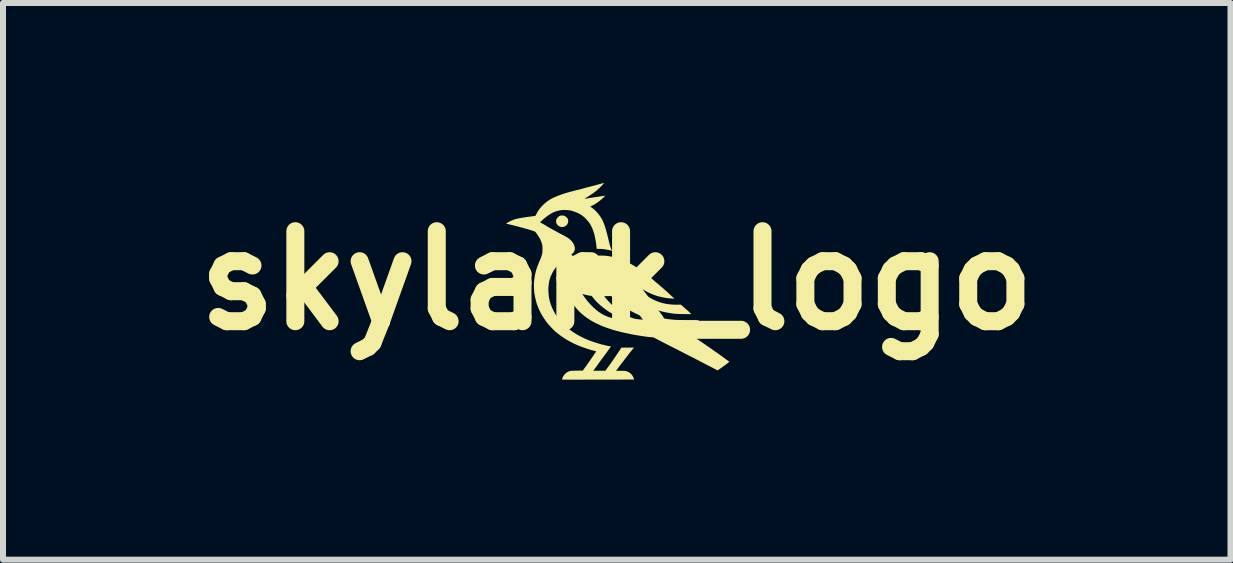
<source format=kicad_pcb>
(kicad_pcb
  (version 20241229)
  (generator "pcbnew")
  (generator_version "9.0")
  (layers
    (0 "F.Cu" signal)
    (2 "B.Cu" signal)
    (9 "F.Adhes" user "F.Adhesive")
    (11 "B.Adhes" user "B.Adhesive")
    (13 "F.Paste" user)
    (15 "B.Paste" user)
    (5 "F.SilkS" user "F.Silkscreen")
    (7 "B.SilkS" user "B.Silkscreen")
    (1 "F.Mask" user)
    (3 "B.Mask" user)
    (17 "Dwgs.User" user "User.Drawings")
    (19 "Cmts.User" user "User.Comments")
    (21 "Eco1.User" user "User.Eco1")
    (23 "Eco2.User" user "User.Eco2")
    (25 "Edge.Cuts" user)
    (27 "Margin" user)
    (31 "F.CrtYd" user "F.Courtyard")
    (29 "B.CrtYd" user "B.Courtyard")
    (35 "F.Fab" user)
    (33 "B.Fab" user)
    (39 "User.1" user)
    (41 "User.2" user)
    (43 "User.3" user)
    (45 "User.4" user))
  (footprint "skylark_logo"
    (layer "F.Cu")
    (at 7.229 1.625)
    (property "Reference" "skylark_logo" (at 0 0 0) (layer "F.SilkS") (effects (font (size 1.5 1.5) (thickness 0.3))))
    (attr board_only exclude_from_pos_files exclude_from_bom)
    (fp_poly (pts (xy -0.894 -1.083) (xy -0.873 -1.078) (xy -0.869 -1.076) (xy -0.857 -1.069) (xy -0.844 -1.059) (xy -0.832 -1.049) (xy -0.823 -1.039) (xy -0.82 -1.034) (xy -0.812 -1.013) (xy -0.809 -0.992) (xy -0.811 -0.971) (xy -0.818 -0.95) (xy -0.829 -0.932) (xy -0.842 -0.918) (xy -0.862 -0.904) (xy -0.883 -0.895) (xy -0.905 -0.891) (xy -0.925 -0.892) (xy -0.946 -0.897) (xy -0.965 -0.907) (xy -0.983 -0.921) (xy -0.997 -0.94) (xy -1.001 -0.946) (xy -1.007 -0.956) (xy -1.01 -0.964) (xy -1.011 -0.972) (xy -1.011 -0.982) (xy -1.011 -0.987) (xy -1.011 -0.999) (xy -1.01 -1.008) (xy -1.007 -1.017) (xy -1.003 -1.025) (xy -0.996 -1.036) (xy -0.987 -1.048) (xy -0.976 -1.059) (xy -0.966 -1.068) (xy -0.959 -1.073) (xy -0.939 -1.081) (xy -0.917 -1.084)) (stroke (width 0) (type solid)) (fill yes) (layer "F.SilkS"))
    (fp_poly (pts (xy -0.244 -0.415) (xy -0.211 -0.414) (xy -0.179 -0.412) (xy -0.149 -0.408) (xy -0.123 -0.404) (xy -0.123 -0.404) (xy -0.11 -0.402) (xy -0.095 -0.399) (xy -0.081 -0.396) (xy -0.066 -0.393) (xy -0.046 -0.388) (xy -0.025 -0.382) (xy -0.002 -0.375) (xy 0.022 -0.368) (xy 0.044 -0.361) (xy 0.063 -0.355) (xy 0.079 -0.349) (xy 0.084 -0.346) (xy 0.091 -0.343) (xy 0.101 -0.339) (xy 0.108 -0.336) (xy 0.117 -0.332) (xy 0.123 -0.329) (xy 0.126 -0.328) (xy 0.129 -0.327) (xy 0.137 -0.324) (xy 0.148 -0.319) (xy 0.162 -0.312) (xy 0.179 -0.304) (xy 0.19 -0.299) (xy 0.234 -0.276) (xy 0.281 -0.25) (xy 0.329 -0.22) (xy 0.379 -0.187) (xy 0.429 -0.152) (xy 0.479 -0.115) (xy 0.529 -0.076) (xy 0.577 -0.037) (xy 0.623 0.003) (xy 0.629 0.009) (xy 0.64 0.019) (xy 0.652 0.029) (xy 0.663 0.037) (xy 0.664 0.038) (xy 0.673 0.045) (xy 0.685 0.055) (xy 0.697 0.065) (xy 0.704 0.072) (xy 0.714 0.08) (xy 0.727 0.092) (xy 0.741 0.105) (xy 0.757 0.118) (xy 0.769 0.128) (xy 0.785 0.142) (xy 0.803 0.158) (xy 0.821 0.174) (xy 0.837 0.189) (xy 0.846 0.197) (xy 0.872 0.221) (xy 0.894 0.241) (xy 0.912 0.258) (xy 0.927 0.271) (xy 0.939 0.281) (xy 0.947 0.288) (xy 0.954 0.294) (xy 0.959 0.299) (xy 0.961 0.301) (xy 0.958 0.301) (xy 0.951 0.301) (xy 0.94 0.301) (xy 0.926 0.3) (xy 0.911 0.299) (xy 0.894 0.298) (xy 0.878 0.297) (xy 0.862 0.296) (xy 0.849 0.294) (xy 0.838 0.293) (xy 0.834 0.293) (xy 0.817 0.29) (xy 0.796 0.286) (xy 0.774 0.282) (xy 0.751 0.277) (xy 0.728 0.272) (xy 0.707 0.267) (xy 0.689 0.262) (xy 0.68 0.26) (xy 0.657 0.253) (xy 0.631 0.243) (xy 0.603 0.233) (xy 0.574 0.221) (xy 0.547 0.209) (xy 0.522 0.197) (xy 0.509 0.19) (xy 0.49 0.18) (xy 0.473 0.171) (xy 0.46 0.163) (xy 0.45 0.156) (xy 0.445 0.152) (xy 0.445 0.152) (xy 0.443 0.15) (xy 0.44 0.15) (xy 0.435 0.152) (xy 0.427 0.156) (xy 0.418 0.16) (xy 0.408 0.166) (xy 0.4 0.17) (xy 0.396 0.173) (xy 0.395 0.174) (xy 0.397 0.176) (xy 0.403 0.181) (xy 0.412 0.189) (xy 0.424 0.198) (xy 0.438 0.208) (xy 0.453 0.219) (xy 0.468 0.231) (xy 0.484 0.242) (xy 0.499 0.253) (xy 0.513 0.262) (xy 0.525 0.27) (xy 0.532 0.275) (xy 0.58 0.303) (xy 0.631 0.329) (xy 0.682 0.35) (xy 0.734 0.368) (xy 0.786 0.381) (xy 0.819 0.388) (xy 0.831 0.39) (xy 0.843 0.392) (xy 0.851 0.393) (xy 0.854 0.393) (xy 0.872 0.396) (xy 0.895 0.398) (xy 0.92 0.4) (xy 0.947 0.402) (xy 0.974 0.402) (xy 1.001 0.403) (xy 1.008 0.403) (xy 1.068 0.402) (xy 1.098 0.428) (xy 1.111 0.44) (xy 1.126 0.453) (xy 1.14 0.465) (xy 1.151 0.475) (xy 1.163 0.485) (xy 1.176 0.497) (xy 1.188 0.508) (xy 1.194 0.513) (xy 1.204 0.523) (xy 1.213 0.532) (xy 1.221 0.54) (xy 1.224 0.542) (xy 1.23 0.547) (xy 1.235 0.551) (xy 1.237 0.552) (xy 1.239 0.554) (xy 1.24 0.556) (xy 1.24 0.557) (xy 1.239 0.558) (xy 1.235 0.559) (xy 1.23 0.559) (xy 1.221 0.56) (xy 1.209 0.56) (xy 1.194 0.56) (xy 1.174 0.56) (xy 1.149 0.559) (xy 1.131 0.559) (xy 1.094 0.559) (xy 1.061 0.558) (xy 1.033 0.557) (xy 1.008 0.556) (xy 0.985 0.555) (xy 0.965 0.553) (xy 0.945 0.551) (xy 0.926 0.549) (xy 0.908 0.547) (xy 0.876 0.541) (xy 0.842 0.535) (xy 0.809 0.529) (xy 0.778 0.522) (xy 0.749 0.515) (xy 0.723 0.508) (xy 0.707 0.504) (xy 0.693 0.499) (xy 0.678 0.494) (xy 0.663 0.489) (xy 0.648 0.484) (xy 0.635 0.479) (xy 0.625 0.476) (xy 0.62 0.473) (xy 0.612 0.47) (xy 0.602 0.466) (xy 0.597 0.464) (xy 0.558 0.448) (xy 0.518 0.428) (xy 0.477 0.407) (xy 0.439 0.386) (xy 0.425 0.377) (xy 0.403 0.363) (xy 0.38 0.347) (xy 0.356 0.33) (xy 0.333 0.313) (xy 0.31 0.296) (xy 0.289 0.28) (xy 0.27 0.264) (xy 0.254 0.251) (xy 0.242 0.239) (xy 0.237 0.234) (xy 0.23 0.226) (xy 0.207 0.23) (xy 0.194 0.232) (xy 0.179 0.234) (xy 0.162 0.236) (xy 0.149 0.238) (xy 0.136 0.239) (xy 0.125 0.24) (xy 0.117 0.241) (xy 0.114 0.242) (xy 0.114 0.242) (xy 0.115 0.244) (xy 0.12 0.249) (xy 0.127 0.257) (xy 0.137 0.266) (xy 0.148 0.276) (xy 0.159 0.287) (xy 0.17 0.298) (xy 0.181 0.308) (xy 0.182 0.309) (xy 0.21 0.333) (xy 0.237 0.356) (xy 0.262 0.377) (xy 0.285 0.395) (xy 0.291 0.4) (xy 0.337 0.432) (xy 0.38 0.461) (xy 0.421 0.487) (xy 0.461 0.511) (xy 0.502 0.532) (xy 0.543 0.551) (xy 0.585 0.569) (xy 0.587 0.57) (xy 0.619 0.583) (xy 0.649 0.594) (xy 0.677 0.603) (xy 0.704 0.612) (xy 0.733 0.619) (xy 0.76 0.625) (xy 0.772 0.628) (xy 0.786 0.631) (xy 0.796 0.633) (xy 0.817 0.637) (xy 0.84 0.641) (xy 0.866 0.645) (xy 0.896 0.648) (xy 0.93 0.652) (xy 0.943 0.653) (xy 0.955 0.654) (xy 0.966 0.655) (xy 0.979 0.656) (xy 0.992 0.657) (xy 1.007 0.657) (xy 1.023 0.657) (xy 1.043 0.658) (xy 1.065 0.658) (xy 1.092 0.658) (xy 1.122 0.658) (xy 1.158 0.659) (xy 1.171 0.659) (xy 1.208 0.659) (xy 1.239 0.659) (xy 1.265 0.659) (xy 1.287 0.659) (xy 1.305 0.659) (xy 1.32 0.66) (xy 1.332 0.66) (xy 1.341 0.66) (xy 1.347 0.661) (xy 1.352 0.661) (xy 1.355 0.662) (xy 1.358 0.663) (xy 1.359 0.664) (xy 1.36 0.664) (xy 1.364 0.668) (xy 1.372 0.675) (xy 1.384 0.685) (xy 1.398 0.697) (xy 1.414 0.712) (xy 1.433 0.728) (xy 1.453 0.746) (xy 1.47 0.761) (xy 1.483 0.772) (xy 1.496 0.784) (xy 1.508 0.795) (xy 1.517 0.803) (xy 1.518 0.804) (xy 1.527 0.813) (xy 1.539 0.824) (xy 1.552 0.835) (xy 1.564 0.846) (xy 1.575 0.855) (xy 1.583 0.863) (xy 1.59 0.869) (xy 1.593 0.873) (xy 1.593 0.873) (xy 1.59 0.873) (xy 1.582 0.874) (xy 1.57 0.874) (xy 1.553 0.874) (xy 1.533 0.874) (xy 1.509 0.875) (xy 1.482 0.875) (xy 1.453 0.875) (xy 1.422 0.875) (xy 1.393 0.875) (xy 1.354 0.875) (xy 1.32 0.875) (xy 1.289 0.875) (xy 1.261 0.876) (xy 1.238 0.876) (xy 1.22 0.876) (xy 1.206 0.877) (xy 1.196 0.877) (xy 1.193 0.877) (xy 1.192 0.878) (xy 1.195 0.88) (xy 1.199 0.882) (xy 1.204 0.885) (xy 1.212 0.889) (xy 1.221 0.896) (xy 1.223 0.897) (xy 1.229 0.902) (xy 1.24 0.909) (xy 1.253 0.918) (xy 1.27 0.929) (xy 1.288 0.942) (xy 1.307 0.955) (xy 1.325 0.967) (xy 1.347 0.981) (xy 1.369 0.996) (xy 1.391 1.011) (xy 1.411 1.025) (xy 1.43 1.038) (xy 1.445 1.048) (xy 1.453 1.053) (xy 1.47 1.065) (xy 1.49 1.079) (xy 1.511 1.093) (xy 1.531 1.107) (xy 1.542 1.115) (xy 1.558 1.125) (xy 1.572 1.136) (xy 1.586 1.145) (xy 1.597 1.153) (xy 1.604 1.158) (xy 1.604 1.158) (xy 1.612 1.164) (xy 1.623 1.172) (xy 1.636 1.181) (xy 1.651 1.191) (xy 1.664 1.2) (xy 1.681 1.212) (xy 1.702 1.226) (xy 1.722 1.241) (xy 1.741 1.255) (xy 1.75 1.261) (xy 1.775 1.279) (xy 1.797 1.296) (xy 1.817 1.311) (xy 1.835 1.324) (xy 1.85 1.334) (xy 1.861 1.342) (xy 1.868 1.347) (xy 1.87 1.348) (xy 1.877 1.353) (xy 1.87 1.36) (xy 1.862 1.366) (xy 1.852 1.374) (xy 1.839 1.384) (xy 1.825 1.395) (xy 1.811 1.405) (xy 1.797 1.415) (xy 1.785 1.424) (xy 1.779 1.428) (xy 1.77 1.435) (xy 1.763 1.44) (xy 1.759 1.443) (xy 1.758 1.444) (xy 1.756 1.446) (xy 1.749 1.45) (xy 1.74 1.457) (xy 1.73 1.464) (xy 1.718 1.472) (xy 1.706 1.48) (xy 1.696 1.487) (xy 1.687 1.493) (xy 1.68 1.497) (xy 1.678 1.499) (xy 1.678 1.499) (xy 1.675 1.497) (xy 1.673 1.496) (xy 1.671 1.494) (xy 1.668 1.492) (xy 1.662 1.488) (xy 1.653 1.484) (xy 1.642 1.478) (xy 1.627 1.47) (xy 1.609 1.461) (xy 1.586 1.449) (xy 1.559 1.435) (xy 1.546 1.428) (xy 1.527 1.419) (xy 1.51 1.41) (xy 1.494 1.402) (xy 1.48 1.395) (xy 1.47 1.389) (xy 1.464 1.386) (xy 1.458 1.383) (xy 1.448 1.377) (xy 1.434 1.37) (xy 1.418 1.362) (xy 1.401 1.353) (xy 1.387 1.346) (xy 1.369 1.336) (xy 1.351 1.327) (xy 1.335 1.319) (xy 1.322 1.312) (xy 1.312 1.307) (xy 1.307 1.304) (xy 1.301 1.301) (xy 1.29 1.295) (xy 1.276 1.288) (xy 1.259 1.28) (xy 1.24 1.27) (xy 1.219 1.259) (xy 1.197 1.248) (xy 1.195 1.247) (xy 1.173 1.236) (xy 1.153 1.226) (xy 1.135 1.216) (xy 1.119 1.208) (xy 1.107 1.202) (xy 1.098 1.197) (xy 1.093 1.195) (xy 1.093 1.194) (xy 1.089 1.192) (xy 1.081 1.188) (xy 1.069 1.182) (xy 1.053 1.174) (xy 1.035 1.165) (xy 1.015 1.154) (xy 0.993 1.143) (xy 0.977 1.135) (xy 0.952 1.123) (xy 0.927 1.11) (xy 0.901 1.097) (xy 0.878 1.085) (xy 0.856 1.074) (xy 0.837 1.064) (xy 0.822 1.057) (xy 0.818 1.055) (xy 0.801 1.046) (xy 0.781 1.035) (xy 0.758 1.024) (xy 0.735 1.012) (xy 0.713 1) (xy 0.702 0.995) (xy 0.683 0.985) (xy 0.666 0.976) (xy 0.651 0.968) (xy 0.638 0.962) (xy 0.629 0.957) (xy 0.624 0.954) (xy 0.619 0.951) (xy 0.614 0.949) (xy 0.606 0.948) (xy 0.595 0.946) (xy 0.58 0.945) (xy 0.571 0.944) (xy 0.553 0.943) (xy 0.534 0.941) (xy 0.516 0.939) (xy 0.501 0.937) (xy 0.498 0.937) (xy 0.484 0.935) (xy 0.469 0.933) (xy 0.456 0.931) (xy 0.45 0.93) (xy 0.442 0.929) (xy 0.433 0.928) (xy 0.424 0.926) (xy 0.413 0.925) (xy 0.401 0.923) (xy 0.385 0.92) (xy 0.365 0.917) (xy 0.342 0.913) (xy 0.322 0.91) (xy 0.297 0.905) (xy 0.278 0.902) (xy 0.261 0.899) (xy 0.247 0.896) (xy 0.234 0.894) (xy 0.221 0.891) (xy 0.207 0.888) (xy 0.195 0.885) (xy 0.182 0.882) (xy 0.169 0.879) (xy 0.163 0.878) (xy 0.123 0.87) (xy 0.079 0.86) (xy 0.033 0.848) (xy -0.014 0.836) (xy -0.062 0.822) (xy -0.109 0.807) (xy -0.155 0.792) (xy -0.198 0.776) (xy -0.238 0.761) (xy -0.271 0.747) (xy -0.335 0.717) (xy -0.395 0.687) (xy -0.449 0.655) (xy -0.5 0.621) (xy -0.547 0.586) (xy -0.591 0.549) (xy -0.632 0.509) (xy -0.641 0.499) (xy -0.658 0.481) (xy -0.671 0.466) (xy -0.682 0.453) (xy -0.692 0.441) (xy -0.702 0.428) (xy -0.712 0.413) (xy -0.719 0.401) (xy -0.75 0.35) (xy -0.776 0.297) (xy -0.795 0.244) (xy -0.8 0.227) (xy -0.571 0.227) (xy -0.569 0.23) (xy -0.566 0.235) (xy -0.562 0.24) (xy -0.56 0.244) (xy -0.56 0.244) (xy -0.559 0.248) (xy -0.554 0.255) (xy -0.547 0.265) (xy -0.538 0.277) (xy -0.528 0.291) (xy -0.517 0.306) (xy -0.505 0.321) (xy -0.494 0.335) (xy -0.483 0.349) (xy -0.473 0.36) (xy -0.472 0.362) (xy -0.428 0.41) (xy -0.384 0.453) (xy -0.341 0.492) (xy -0.298 0.525) (xy -0.256 0.552) (xy -0.247 0.558) (xy -0.211 0.577) (xy -0.175 0.594) (xy -0.139 0.608) (xy -0.101 0.619) (xy -0.062 0.629) (xy -0.019 0.637) (xy 0.027 0.643) (xy 0.058 0.646) (xy 0.074 0.647) (xy 0.085 0.648) (xy 0.093 0.648) (xy 0.097 0.648) (xy 0.099 0.647) (xy 0.099 0.646) (xy 0.099 0.646) (xy 0.096 0.643) (xy 0.089 0.639) (xy 0.08 0.635) (xy 0.08 0.635) (xy 0.06 0.626) (xy 0.035 0.615) (xy 0.009 0.601) (xy -0.02 0.585) (xy -0.049 0.569) (xy -0.078 0.552) (xy -0.106 0.535) (xy -0.132 0.519) (xy -0.156 0.504) (xy -0.168 0.495) (xy -0.221 0.456) (xy -0.268 0.418) (xy -0.31 0.38) (xy -0.347 0.343) (xy -0.38 0.306) (xy -0.401 0.278) (xy -0.409 0.268) (xy -0.415 0.261) (xy -0.21 0.261) (xy -0.208 0.264) (xy -0.204 0.269) (xy -0.197 0.279) (xy -0.186 0.291) (xy -0.172 0.308) (xy -0.162 0.32) (xy -0.118 0.368) (xy -0.072 0.414) (xy -0.025 0.456) (xy 0.023 0.495) (xy 0.072 0.529) (xy 0.12 0.559) (xy 0.139 0.57) (xy 0.151 0.576) (xy 0.16 0.581) (xy 0.167 0.585) (xy 0.17 0.587) (xy 0.176 0.59) (xy 0.186 0.595) (xy 0.199 0.601) (xy 0.214 0.607) (xy 0.229 0.613) (xy 0.244 0.619) (xy 0.257 0.624) (xy 0.265 0.627) (xy 0.288 0.634) (xy 0.31 0.639) (xy 0.333 0.643) (xy 0.358 0.646) (xy 0.387 0.648) (xy 0.395 0.649) (xy 0.422 0.65) (xy 0.448 0.651) (xy 0.473 0.652) (xy 0.495 0.653) (xy 0.515 0.653) (xy 0.532 0.653) (xy 0.544 0.653) (xy 0.553 0.652) (xy 0.556 0.651) (xy 0.556 0.651) (xy 0.556 0.65) (xy 0.552 0.647) (xy 0.545 0.644) (xy 0.533 0.64) (xy 0.518 0.634) (xy 0.507 0.63) (xy 0.496 0.626) (xy 0.487 0.623) (xy 0.482 0.621) (xy 0.482 0.621) (xy 0.477 0.619) (xy 0.469 0.616) (xy 0.457 0.611) (xy 0.443 0.605) (xy 0.428 0.599) (xy 0.356 0.568) (xy 0.288 0.536) (xy 0.225 0.503) (xy 0.166 0.469) (xy 0.111 0.433) (xy 0.059 0.395) (xy 0.047 0.385) (xy 0.029 0.371) (xy 0.01 0.355) (xy -0.009 0.339) (xy -0.027 0.322) (xy -0.044 0.307) (xy -0.058 0.293) (xy -0.069 0.282) (xy -0.07 0.282) (xy -0.09 0.259) (xy -0.15 0.259) (xy -0.168 0.26) (xy -0.183 0.26) (xy -0.196 0.26) (xy -0.205 0.26) (xy -0.209 0.261) (xy -0.21 0.261) (xy -0.415 0.261) (xy -0.415 0.261) (xy -0.421 0.256) (xy -0.427 0.255) (xy -0.434 0.254) (xy -0.437 0.254) (xy -0.448 0.253) (xy -0.459 0.251) (xy -0.46 0.251) (xy -0.467 0.25) (xy -0.478 0.247) (xy -0.491 0.244) (xy -0.502 0.242) (xy -0.516 0.239) (xy -0.528 0.236) (xy -0.537 0.234) (xy -0.542 0.232) (xy -0.556 0.228) (xy -0.565 0.225) (xy -0.57 0.225) (xy -0.571 0.227) (xy -0.8 0.227) (xy -0.81 0.189) (xy -0.819 0.134) (xy -0.822 0.078) (xy -0.823 0.069) (xy -0.82 0.021) (xy -0.813 -0.027) (xy -0.803 -0.072) (xy -0.802 -0.073) (xy -0.799 -0.084) (xy -0.796 -0.095) (xy -0.795 -0.098) (xy -0.792 -0.105) (xy -0.788 -0.115) (xy -0.782 -0.127) (xy -0.776 -0.139) (xy -0.751 -0.182) (xy -0.721 -0.222) (xy -0.687 -0.259) (xy -0.65 -0.292) (xy -0.609 -0.322) (xy -0.567 -0.346) (xy -0.55 -0.354) (xy -0.537 -0.36) (xy -0.526 -0.366) (xy -0.515 -0.37) (xy -0.501 -0.375) (xy -0.485 -0.381) (xy -0.484 -0.381) (xy -0.44 -0.394) (xy -0.392 -0.405) (xy -0.362 -0.41) (xy -0.337 -0.413) (xy -0.308 -0.415) (xy -0.277 -0.416)) (stroke (width 0) (type solid)) (fill yes) (layer "F.SilkS"))
    (fp_poly (pts (xy -0.214 -1.625) (xy -0.214 -1.622) (xy -0.219 -1.616) (xy -0.226 -1.607) (xy -0.236 -1.596) (xy -0.248 -1.584) (xy -0.261 -1.57) (xy -0.275 -1.556) (xy -0.289 -1.542) (xy -0.304 -1.529) (xy -0.317 -1.516) (xy -0.328 -1.507) (xy -0.344 -1.494) (xy -0.357 -1.484) (xy -0.368 -1.475) (xy -0.377 -1.468) (xy -0.387 -1.461) (xy -0.397 -1.453) (xy -0.407 -1.447) (xy -0.438 -1.426) (xy -0.465 -1.408) (xy -0.488 -1.394) (xy -0.508 -1.382) (xy -0.511 -1.381) (xy -0.521 -1.375) (xy -0.529 -1.37) (xy -0.534 -1.367) (xy -0.535 -1.366) (xy -0.533 -1.365) (xy -0.527 -1.365) (xy -0.517 -1.365) (xy -0.507 -1.366) (xy -0.497 -1.368) (xy -0.491 -1.369) (xy -0.486 -1.37) (xy -0.476 -1.372) (xy -0.462 -1.374) (xy -0.446 -1.377) (xy -0.428 -1.379) (xy -0.421 -1.38) (xy -0.393 -1.384) (xy -0.369 -1.388) (xy -0.348 -1.391) (xy -0.328 -1.393) (xy -0.309 -1.396) (xy -0.29 -1.399) (xy -0.268 -1.403) (xy -0.265 -1.403) (xy -0.249 -1.406) (xy -0.233 -1.408) (xy -0.22 -1.41) (xy -0.21 -1.411) (xy -0.207 -1.412) (xy -0.192 -1.414) (xy -0.215 -1.39) (xy -0.238 -1.368) (xy -0.262 -1.347) (xy -0.288 -1.326) (xy -0.316 -1.305) (xy -0.333 -1.293) (xy -0.347 -1.284) (xy -0.358 -1.276) (xy -0.369 -1.269) (xy -0.38 -1.263) (xy -0.393 -1.257) (xy -0.408 -1.249) (xy -0.442 -1.232) (xy -0.416 -1.214) (xy -0.378 -1.185) (xy -0.342 -1.15) (xy -0.308 -1.112) (xy -0.278 -1.071) (xy -0.251 -1.028) (xy -0.229 -0.984) (xy -0.225 -0.974) (xy -0.221 -0.964) (xy -0.218 -0.956) (xy -0.215 -0.951) (xy -0.208 -0.933) (xy -0.201 -0.912) (xy -0.192 -0.885) (xy -0.183 -0.854) (xy -0.173 -0.818) (xy -0.162 -0.776) (xy -0.15 -0.73) (xy -0.148 -0.719) (xy -0.139 -0.685) (xy -0.132 -0.655) (xy -0.125 -0.63) (xy -0.12 -0.608) (xy -0.115 -0.59) (xy -0.11 -0.574) (xy -0.106 -0.561) (xy -0.102 -0.55) (xy -0.099 -0.539) (xy -0.095 -0.53) (xy -0.091 -0.52) (xy -0.087 -0.513) (xy -0.083 -0.503) (xy -0.081 -0.497) (xy -0.08 -0.495) (xy -0.082 -0.495) (xy -0.083 -0.495) (xy -0.087 -0.497) (xy -0.094 -0.499) (xy -0.105 -0.502) (xy -0.116 -0.505) (xy -0.127 -0.507) (xy -0.135 -0.509) (xy -0.18 -0.517) (xy -0.22 -0.523) (xy -0.257 -0.526) (xy -0.292 -0.527) (xy -0.306 -0.527) (xy -0.318 -0.528) (xy -0.327 -0.528) (xy -0.332 -0.529) (xy -0.332 -0.529) (xy -0.336 -0.533) (xy -0.337 -0.539) (xy -0.337 -0.546) (xy -0.338 -0.557) (xy -0.339 -0.571) (xy -0.341 -0.587) (xy -0.343 -0.603) (xy -0.345 -0.618) (xy -0.347 -0.631) (xy -0.348 -0.638) (xy -0.35 -0.651) (xy -0.353 -0.666) (xy -0.356 -0.682) (xy -0.359 -0.698) (xy -0.361 -0.711) (xy -0.363 -0.722) (xy -0.364 -0.726) (xy -0.366 -0.734) (xy -0.368 -0.745) (xy -0.37 -0.752) (xy -0.372 -0.763) (xy -0.375 -0.774) (xy -0.377 -0.78) (xy -0.379 -0.787) (xy -0.383 -0.798) (xy -0.387 -0.811) (xy -0.389 -0.817) (xy -0.398 -0.843) (xy -0.409 -0.871) (xy -0.422 -0.898) (xy -0.435 -0.924) (xy -0.448 -0.947) (xy -0.458 -0.961) (xy -0.466 -0.97) (xy -0.475 -0.983) (xy -0.487 -0.996) (xy -0.498 -1.01) (xy -0.51 -1.023) (xy -0.52 -1.034) (xy -0.527 -1.042) (xy -0.529 -1.044) (xy -0.566 -1.075) (xy -0.607 -1.103) (xy -0.651 -1.126) (xy -0.699 -1.145) (xy -0.708 -1.148) (xy -0.72 -1.152) (xy -0.731 -1.156) (xy -0.738 -1.158) (xy -0.741 -1.159) (xy -0.746 -1.161) (xy -0.755 -1.163) (xy -0.767 -1.166) (xy -0.777 -1.168) (xy -0.794 -1.17) (xy -0.813 -1.173) (xy -0.835 -1.174) (xy -0.857 -1.175) (xy -0.879 -1.176) (xy -0.898 -1.175) (xy -0.914 -1.174) (xy -0.922 -1.174) (xy -0.948 -1.169) (xy -0.968 -1.165) (xy -0.982 -1.162) (xy -0.991 -1.16) (xy -1.011 -1.153) (xy -1.027 -1.148) (xy -1.041 -1.143) (xy -1.052 -1.138) (xy -1.064 -1.133) (xy -1.072 -1.128) (xy -1.1 -1.113) (xy -1.13 -1.094) (xy -1.161 -1.072) (xy -1.191 -1.049) (xy -1.22 -1.025) (xy -1.227 -1.018) (xy -1.238 -1.008) (xy -1.249 -0.998) (xy -1.259 -0.99) (xy -1.265 -0.985) (xy -1.272 -0.98) (xy -1.276 -0.975) (xy -1.277 -0.972) (xy -1.275 -0.969) (xy -1.268 -0.965) (xy -1.26 -0.959) (xy -1.259 -0.959) (xy -1.239 -0.948) (xy -1.224 -0.94) (xy -1.212 -0.934) (xy -1.203 -0.929) (xy -1.197 -0.924) (xy -1.191 -0.921) (xy -1.188 -0.919) (xy -1.183 -0.915) (xy -1.174 -0.91) (xy -1.163 -0.904) (xy -1.151 -0.896) (xy -1.138 -0.889) (xy -1.125 -0.881) (xy -1.113 -0.874) (xy -1.104 -0.869) (xy -1.097 -0.865) (xy -1.094 -0.864) (xy -1.094 -0.864) (xy -1.092 -0.863) (xy -1.086 -0.859) (xy -1.08 -0.856) (xy -1.071 -0.851) (xy -1.06 -0.845) (xy -1.047 -0.838) (xy -1.042 -0.835) (xy -1.028 -0.827) (xy -1.012 -0.819) (xy -0.996 -0.81) (xy -0.991 -0.807) (xy -0.982 -0.802) (xy -0.973 -0.797) (xy -0.963 -0.792) (xy -0.952 -0.786) (xy -0.938 -0.779) (xy -0.922 -0.77) (xy -0.902 -0.76) (xy -0.878 -0.748) (xy -0.874 -0.745) (xy -0.834 -0.723) (xy -0.8 -0.7) (xy -0.772 -0.677) (xy -0.748 -0.652) (xy -0.73 -0.627) (xy -0.721 -0.611) (xy -0.714 -0.597) (xy -0.709 -0.586) (xy -0.706 -0.576) (xy -0.703 -0.567) (xy -0.701 -0.557) (xy -0.699 -0.54) (xy -0.699 -0.526) (xy -0.7 -0.514) (xy -0.704 -0.501) (xy -0.71 -0.485) (xy -0.718 -0.471) (xy -0.729 -0.457) (xy -0.744 -0.444) (xy -0.764 -0.43) (xy -0.781 -0.419) (xy -0.828 -0.389) (xy -0.872 -0.357) (xy -0.913 -0.325) (xy -0.948 -0.293) (xy -0.982 -0.257) (xy -1.013 -0.22) (xy -1.041 -0.183) (xy -1.064 -0.146) (xy -1.08 -0.115) (xy -1.086 -0.102) (xy -1.092 -0.091) (xy -1.096 -0.082) (xy -1.098 -0.077) (xy -1.099 -0.077) (xy -1.101 -0.071) (xy -1.101 -0.068) (xy -1.103 -0.064) (xy -1.106 -0.057) (xy -1.107 -0.054) (xy -1.11 -0.046) (xy -1.112 -0.039) (xy -1.112 -0.037) (xy -1.113 -0.031) (xy -1.114 -0.029) (xy -1.116 -0.026) (xy -1.119 -0.018) (xy -1.12 -0.013) (xy -1.122 -0.006) (xy -1.123 -0.000058) (xy -1.125 0.008) (xy -1.127 0.017) (xy -1.129 0.031) (xy -1.132 0.046) (xy -1.137 0.086) (xy -1.14 0.129) (xy -1.14 0.175) (xy -1.137 0.222) (xy -1.132 0.268) (xy -1.124 0.313) (xy -1.115 0.349) (xy -1.098 0.402) (xy -1.079 0.452) (xy -1.056 0.501) (xy -1.03 0.549) (xy -1 0.596) (xy -0.984 0.618) (xy -0.97 0.638) (xy -0.956 0.656) (xy -0.94 0.674) (xy -0.922 0.694) (xy -0.91 0.706) (xy -0.856 0.758) (xy -0.8 0.806) (xy -0.74 0.851) (xy -0.677 0.892) (xy -0.636 0.916) (xy -0.627 0.92) (xy -0.616 0.926) (xy -0.602 0.933) (xy -0.588 0.941) (xy -0.573 0.948) (xy -0.558 0.955) (xy -0.545 0.962) (xy -0.535 0.967) (xy -0.527 0.97) (xy -0.523 0.972) (xy -0.523 0.972) (xy -0.52 0.973) (xy -0.514 0.975) (xy -0.507 0.978) (xy -0.494 0.984) (xy -0.48 0.99) (xy -0.466 0.996) (xy -0.45 1.002) (xy -0.431 1.009) (xy -0.408 1.017) (xy -0.381 1.026) (xy -0.378 1.027) (xy -0.359 1.033) (xy -0.339 1.039) (xy -0.318 1.046) (xy -0.297 1.052) (xy -0.278 1.058) (xy -0.26 1.063) (xy -0.246 1.067) (xy -0.236 1.069) (xy -0.235 1.07) (xy -0.228 1.071) (xy -0.218 1.073) (xy -0.205 1.076) (xy -0.191 1.08) (xy -0.186 1.081) (xy -0.17 1.085) (xy -0.153 1.089) (xy -0.137 1.092) (xy -0.124 1.094) (xy -0.123 1.094) (xy -0.112 1.096) (xy -0.103 1.098) (xy -0.098 1.1) (xy -0.097 1.1) (xy -0.098 1.103) (xy -0.1 1.106) (xy -0.104 1.11) (xy -0.11 1.118) (xy -0.118 1.129) (xy -0.128 1.142) (xy -0.138 1.157) (xy -0.149 1.172) (xy -0.16 1.187) (xy -0.161 1.189) (xy -0.168 1.198) (xy -0.177 1.211) (xy -0.188 1.225) (xy -0.198 1.239) (xy -0.201 1.243) (xy -0.211 1.256) (xy -0.218 1.266) (xy -0.223 1.273) (xy -0.227 1.278) (xy -0.231 1.283) (xy -0.234 1.287) (xy -0.238 1.293) (xy -0.242 1.297) (xy -0.258 1.319) (xy -0.271 1.337) (xy -0.283 1.353) (xy -0.292 1.366) (xy -0.3 1.377) (xy -0.307 1.388) (xy -0.308 1.388) (xy -0.316 1.4) (xy -0.326 1.415) (xy -0.337 1.429) (xy -0.346 1.442) (xy -0.355 1.454) (xy -0.363 1.465) (xy -0.369 1.473) (xy -0.373 1.479) (xy -0.373 1.48) (xy -0.378 1.486) (xy -0.384 1.494) (xy -0.386 1.495) (xy -0.394 1.504) (xy -0.293 1.504) (xy -0.191 1.504) (xy -0.186 1.498) (xy -0.182 1.493) (xy -0.176 1.485) (xy -0.169 1.475) (xy -0.168 1.474) (xy -0.162 1.464) (xy -0.153 1.452) (xy -0.143 1.439) (xy -0.136 1.43) (xy -0.126 1.415) (xy -0.115 1.401) (xy -0.104 1.386) (xy -0.092 1.369) (xy -0.079 1.349) (xy -0.063 1.327) (xy -0.047 1.303) (xy -0.034 1.284) (xy -0.02 1.264) (xy -0.006 1.243) (xy 0.007 1.223) (xy 0.018 1.208) (xy 0.034 1.185) (xy 0.046 1.166) (xy 0.056 1.151) (xy 0.064 1.14) (xy 0.069 1.131) (xy 0.072 1.126) (xy 0.074 1.123) (xy 0.074 1.122) (xy 0.076 1.121) (xy 0.079 1.12) (xy 0.084 1.119) (xy 0.091 1.119) (xy 0.102 1.118) (xy 0.115 1.118) (xy 0.133 1.118) (xy 0.156 1.118) (xy 0.181 1.118) (xy 0.287 1.118) (xy 0.257 1.154) (xy 0.246 1.168) (xy 0.234 1.182) (xy 0.222 1.196) (xy 0.213 1.208) (xy 0.21 1.212) (xy 0.199 1.226) (xy 0.186 1.243) (xy 0.172 1.262) (xy 0.157 1.281) (xy 0.141 1.301) (xy 0.126 1.321) (xy 0.113 1.339) (xy 0.101 1.354) (xy 0.092 1.366) (xy 0.089 1.369) (xy 0.079 1.383) (xy 0.067 1.399) (xy 0.055 1.414) (xy 0.049 1.422) (xy 0.04 1.435) (xy 0.029 1.449) (xy 0.02 1.461) (xy 0.015 1.468) (xy 0.008 1.479) (xy 0.000489 1.488) (xy -0.005 1.494) (xy -0.007 1.496) (xy -0.011 1.501) (xy -0.014 1.504) (xy -0.014 1.504) (xy -0.011 1.505) (xy -0.004 1.505) (xy 0.008 1.505) (xy 0.023 1.505) (xy 0.04 1.505) (xy 0.057 1.505) (xy 0.081 1.505) (xy 0.101 1.505) (xy 0.116 1.505) (xy 0.128 1.506) (xy 0.138 1.507) (xy 0.147 1.508) (xy 0.149 1.508) (xy 0.178 1.517) (xy 0.205 1.531) (xy 0.229 1.549) (xy 0.251 1.571) (xy 0.268 1.597) (xy 0.271 1.604) (xy 0.276 1.614) (xy 0.28 1.625) (xy 0.284 1.635) (xy 0.286 1.643) (xy 0.287 1.649) (xy 0.286 1.65) (xy 0.284 1.65) (xy 0.275 1.65) (xy 0.263 1.65) (xy 0.245 1.65) (xy 0.223 1.65) (xy 0.197 1.65) (xy 0.168 1.65) (xy 0.135 1.65) (xy 0.099 1.65) (xy 0.06 1.651) (xy 0.019 1.651) (xy -0.024 1.651) (xy -0.069 1.651) (xy -0.116 1.651) (xy -0.164 1.651) (xy -0.213 1.651) (xy -0.262 1.651) (xy -0.312 1.651) (xy -0.361 1.651) (xy -0.411 1.651) (xy -0.46 1.651) (xy -0.507 1.651) (xy -0.554 1.652) (xy -0.599 1.652) (xy -0.642 1.652) (xy -0.684 1.652) (xy -0.722 1.652) (xy -0.758 1.652) (xy -0.791 1.652) (xy -0.82 1.652) (xy -0.846 1.651) (xy -0.868 1.651) (xy -0.885 1.651) (xy -0.898 1.651) (xy -0.906 1.651) (xy -0.909 1.651) (xy -0.913 1.648) (xy -0.913 1.643) (xy -0.909 1.636) (xy -0.906 1.63) (xy -0.905 1.626) (xy -0.904 1.62) (xy -0.9 1.61) (xy -0.893 1.598) (xy -0.886 1.586) (xy -0.878 1.575) (xy -0.87 1.565) (xy -0.848 1.544) (xy -0.825 1.527) (xy -0.798 1.514) (xy -0.78 1.508) (xy -0.774 1.507) (xy -0.768 1.506) (xy -0.759 1.505) (xy -0.748 1.504) (xy -0.734 1.504) (xy -0.716 1.503) (xy -0.694 1.503) (xy -0.668 1.502) (xy -0.665 1.502) (xy -0.566 1.501) (xy -0.539 1.463) (xy -0.526 1.446) (xy -0.513 1.428) (xy -0.5 1.41) (xy -0.487 1.391) (xy -0.472 1.37) (xy -0.455 1.345) (xy -0.436 1.317) (xy -0.433 1.314) (xy -0.422 1.297) (xy -0.41 1.28) (xy -0.399 1.263) (xy -0.388 1.248) (xy -0.381 1.237) (xy -0.38 1.235) (xy -0.368 1.218) (xy -0.359 1.205) (xy -0.352 1.195) (xy -0.348 1.188) (xy -0.345 1.184) (xy -0.343 1.181) (xy -0.343 1.18) (xy -0.343 1.18) (xy -0.346 1.179) (xy -0.353 1.177) (xy -0.363 1.174) (xy -0.373 1.172) (xy -0.419 1.16) (xy -0.466 1.146) (xy -0.515 1.13) (xy -0.563 1.113) (xy -0.609 1.096) (xy -0.653 1.078) (xy -0.694 1.06) (xy -0.731 1.043) (xy -0.738 1.039) (xy -0.778 1.018) (xy -0.814 0.998) (xy -0.847 0.979) (xy -0.878 0.959) (xy -0.908 0.939) (xy -0.938 0.917) (xy -0.948 0.91) (xy -0.969 0.894) (xy -0.987 0.88) (xy -1.002 0.868) (xy -1.016 0.857) (xy -1.028 0.846) (xy -1.041 0.834) (xy -1.054 0.821) (xy -1.07 0.806) (xy -1.078 0.797) (xy -1.108 0.766) (xy -1.134 0.737) (xy -1.158 0.708) (xy -1.181 0.678) (xy -1.203 0.646) (xy -1.205 0.642) (xy -1.227 0.609) (xy -1.246 0.578) (xy -1.262 0.55) (xy -1.277 0.523) (xy -1.29 0.495) (xy -1.302 0.467) (xy -1.313 0.44) (xy -1.32 0.422) (xy -1.326 0.407) (xy -1.331 0.394) (xy -1.335 0.381) (xy -1.339 0.368) (xy -1.343 0.352) (xy -1.348 0.333) (xy -1.351 0.322) (xy -1.358 0.291) (xy -1.364 0.265) (xy -1.369 0.241) (xy -1.373 0.218) (xy -1.376 0.194) (xy -1.378 0.168) (xy -1.38 0.139) (xy -1.38 0.13) (xy -1.381 0.091) (xy -1.381 0.053) (xy -1.379 0.015) (xy -1.374 -0.025) (xy -1.368 -0.068) (xy -1.366 -0.079) (xy -1.361 -0.105) (xy -1.354 -0.133) (xy -1.347 -0.162) (xy -1.338 -0.191) (xy -1.329 -0.219) (xy -1.32 -0.243) (xy -1.314 -0.259) (xy -1.31 -0.266) (xy -1.309 -0.272) (xy -1.308 -0.273) (xy -1.307 -0.278) (xy -1.306 -0.281) (xy -1.303 -0.285) (xy -1.3 -0.294) (xy -1.295 -0.305) (xy -1.289 -0.319) (xy -1.283 -0.333) (xy -1.277 -0.347) (xy -1.272 -0.361) (xy -1.267 -0.372) (xy -1.263 -0.381) (xy -1.262 -0.386) (xy -1.261 -0.387) (xy -1.26 -0.391) (xy -1.258 -0.398) (xy -1.258 -0.398) (xy -1.255 -0.406) (xy -1.252 -0.415) (xy -1.248 -0.427) (xy -1.244 -0.444) (xy -1.243 -0.451) (xy -1.241 -0.461) (xy -1.24 -0.473) (xy -1.239 -0.488) (xy -1.238 -0.507) (xy -1.238 -0.524) (xy -1.238 -0.544) (xy -1.239 -0.558) (xy -1.239 -0.57) (xy -1.24 -0.58) (xy -1.242 -0.588) (xy -1.244 -0.598) (xy -1.246 -0.607) (xy -1.26 -0.651) (xy -1.279 -0.693) (xy -1.284 -0.704) (xy -1.289 -0.712) (xy -1.297 -0.724) (xy -1.306 -0.739) (xy -1.316 -0.754) (xy -1.327 -0.77) (xy -1.337 -0.785) (xy -1.346 -0.797) (xy -1.354 -0.807) (xy -1.355 -0.808) (xy -1.358 -0.811) (xy -1.363 -0.814) (xy -1.369 -0.818) (xy -1.379 -0.822) (xy -1.391 -0.826) (xy -1.407 -0.832) (xy -1.427 -0.838) (xy -1.451 -0.845) (xy -1.478 -0.853) (xy -1.489 -0.857) (xy -1.499 -0.859) (xy -1.506 -0.861) (xy -1.511 -0.863) (xy -1.521 -0.866) (xy -1.534 -0.869) (xy -1.548 -0.873) (xy -1.555 -0.875) (xy -1.574 -0.88) (xy -1.595 -0.885) (xy -1.615 -0.891) (xy -1.633 -0.895) (xy -1.634 -0.896) (xy -1.654 -0.901) (xy -1.676 -0.907) (xy -1.699 -0.912) (xy -1.722 -0.918) (xy -1.744 -0.924) (xy -1.766 -0.929) (xy -1.786 -0.934) (xy -1.804 -0.939) (xy -1.819 -0.942) (xy -1.83 -0.945) (xy -1.837 -0.946) (xy -1.839 -0.947) (xy -1.843 -0.947) (xy -1.843 -0.949) (xy -1.839 -0.953) (xy -1.831 -0.959) (xy -1.821 -0.965) (xy -1.782 -0.986) (xy -1.743 -1.004) (xy -1.704 -1.019) (xy -1.665 -1.029) (xy -1.651 -1.032) (xy -1.639 -1.035) (xy -1.628 -1.037) (xy -1.626 -1.037) (xy -1.614 -1.04) (xy -1.597 -1.043) (xy -1.577 -1.046) (xy -1.553 -1.05) (xy -1.528 -1.054) (xy -1.503 -1.058) (xy -1.477 -1.061) (xy -1.464 -1.063) (xy -1.445 -1.065) (xy -1.426 -1.068) (xy -1.409 -1.07) (xy -1.395 -1.072) (xy -1.386 -1.073) (xy -1.383 -1.074) (xy -1.373 -1.075) (xy -1.365 -1.076) (xy -1.36 -1.076) (xy -1.357 -1.079) (xy -1.352 -1.087) (xy -1.345 -1.099) (xy -1.341 -1.106) (xy -1.319 -1.146) (xy -1.296 -1.182) (xy -1.269 -1.216) (xy -1.241 -1.247) (xy -1.2 -1.286) (xy -1.156 -1.321) (xy -1.109 -1.352) (xy -1.059 -1.379) (xy -1.012 -1.399) (xy -1 -1.404) (xy -0.989 -1.409) (xy -0.98 -1.413) (xy -0.976 -1.415) (xy -0.97 -1.417) (xy -0.96 -1.42) (xy -0.947 -1.425) (xy -0.932 -1.43) (xy -0.916 -1.436) (xy -0.899 -1.442) (xy -0.884 -1.447) (xy -0.87 -1.451) (xy -0.86 -1.455) (xy -0.856 -1.456) (xy -0.846 -1.459) (xy -0.833 -1.462) (xy -0.819 -1.466) (xy -0.817 -1.467) (xy -0.806 -1.47) (xy -0.791 -1.474) (xy -0.774 -1.479) (xy -0.757 -1.483) (xy -0.751 -1.485) (xy -0.735 -1.489) (xy -0.719 -1.493) (xy -0.705 -1.497) (xy -0.695 -1.499) (xy -0.691 -1.5) (xy -0.681 -1.503) (xy -0.671 -1.506) (xy -0.665 -1.507) (xy -0.656 -1.509) (xy -0.646 -1.512) (xy -0.643 -1.512) (xy -0.633 -1.514) (xy -0.62 -1.518) (xy -0.604 -1.522) (xy -0.587 -1.526) (xy -0.572 -1.53) (xy -0.56 -1.534) (xy -0.553 -1.536) (xy -0.545 -1.538) (xy -0.533 -1.541) (xy -0.518 -1.546) (xy -0.499 -1.551) (xy -0.475 -1.557) (xy -0.447 -1.564) (xy -0.417 -1.572) (xy -0.396 -1.577) (xy -0.374 -1.583) (xy -0.353 -1.588) (xy -0.334 -1.594) (xy -0.318 -1.598) (xy -0.317 -1.598) (xy -0.29 -1.606) (xy -0.267 -1.612) (xy -0.249 -1.617) (xy -0.235 -1.621) (xy -0.225 -1.623) (xy -0.219 -1.625) (xy -0.215 -1.625)) (stroke (width 0) (type solid)) (fill yes) (layer "F.SilkS")))
  (gr_rect
    (start -3 -3)
    (end 17.457 6.277)
    (stroke (width 0.1) (type default))
    (fill no)
    (layer "Edge.Cuts")))
</source>
